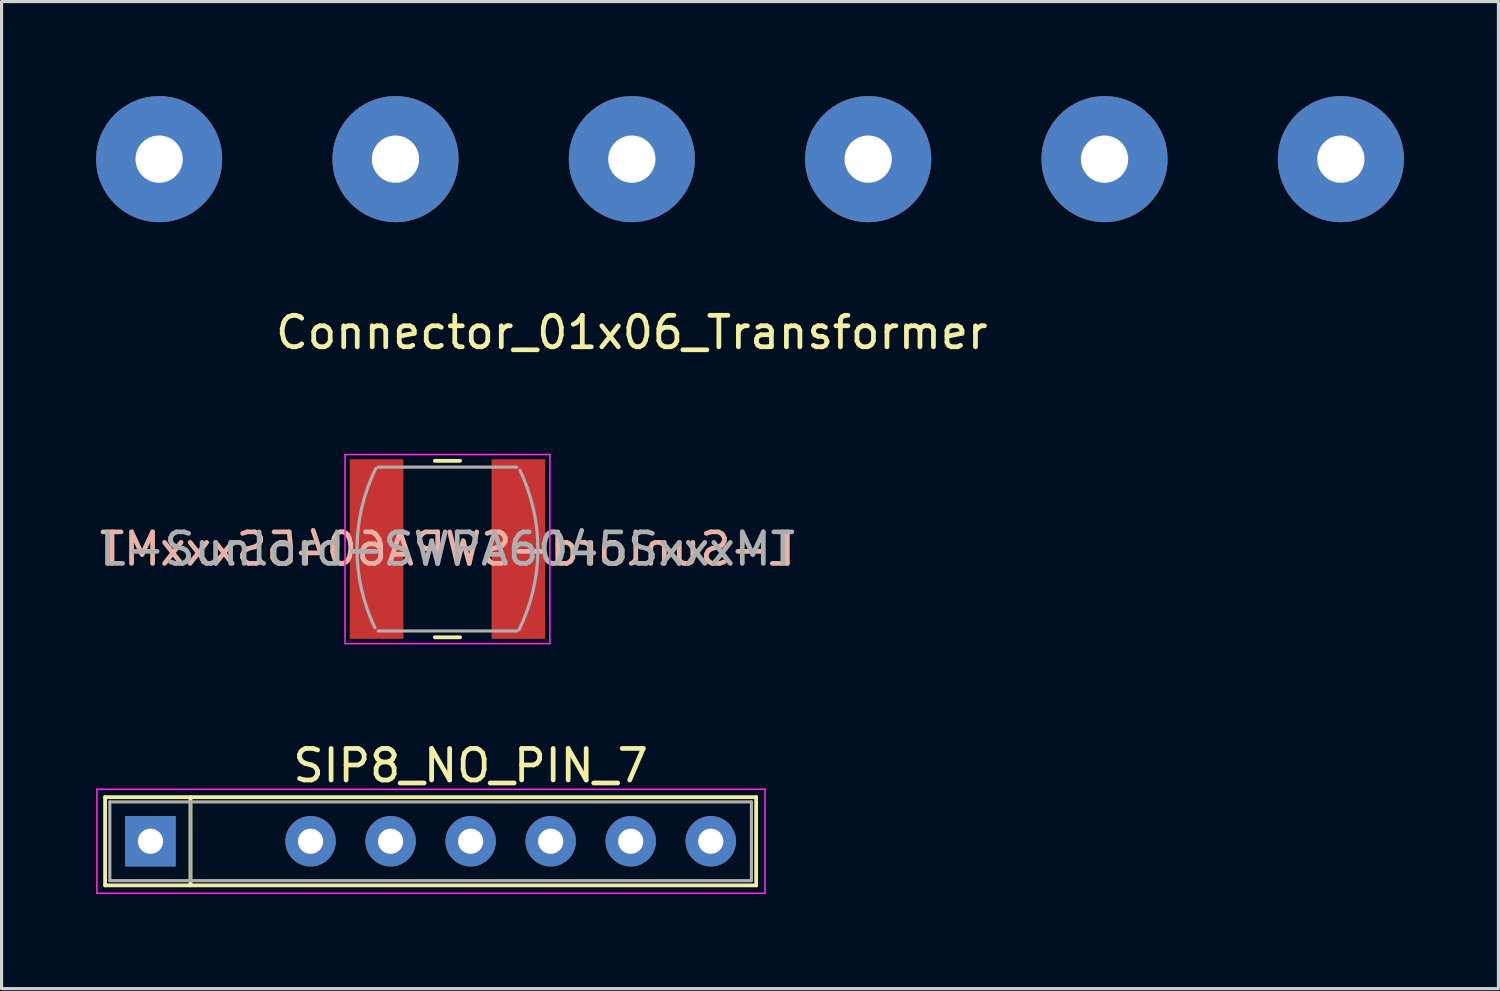
<source format=kicad_pcb>
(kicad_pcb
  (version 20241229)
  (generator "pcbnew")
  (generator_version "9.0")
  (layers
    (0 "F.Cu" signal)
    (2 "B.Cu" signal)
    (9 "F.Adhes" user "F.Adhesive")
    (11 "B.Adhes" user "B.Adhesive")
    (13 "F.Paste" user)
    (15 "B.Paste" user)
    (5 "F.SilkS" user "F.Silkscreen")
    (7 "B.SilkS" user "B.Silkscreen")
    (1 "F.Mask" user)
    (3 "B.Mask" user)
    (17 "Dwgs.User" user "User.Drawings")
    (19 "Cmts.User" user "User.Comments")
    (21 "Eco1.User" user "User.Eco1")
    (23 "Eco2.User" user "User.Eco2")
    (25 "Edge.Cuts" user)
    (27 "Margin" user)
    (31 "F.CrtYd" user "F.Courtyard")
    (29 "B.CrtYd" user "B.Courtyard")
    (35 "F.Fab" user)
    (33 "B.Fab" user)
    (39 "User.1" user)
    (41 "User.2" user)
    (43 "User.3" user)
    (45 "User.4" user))
  (footprint "Connector_01x06_Transformer"
    (layer "F.Cu")
    (at 2 2)
    (property "Reference" "Connector_01x06_Transformer" (at 15 5.5 0) (layer "F.SilkS") (effects (font (size 1 1) (thickness 0.15))))
    (attr through_hole)
    (pad "1" thru_hole circle (at 0 0) (size 4 4) (drill 1.5) (layers "*.Cu" "*.Mask"))
    (pad "2" thru_hole circle (at 7.5 0) (size 4 4) (drill 1.5) (layers "*.Cu" "*.Mask"))
    (pad "3" thru_hole circle (at 15 0) (size 4 4) (drill 1.5) (layers "*.Cu" "*.Mask"))
    (pad "4" thru_hole circle (at 22.5 0) (size 4 4) (drill 1.5) (layers "*.Cu" "*.Mask"))
    (pad "5" thru_hole circle (at 30 0) (size 4 4) (drill 1.5) (layers "*.Cu" "*.Mask"))
    (pad "6" thru_hole circle (at 37.5 0) (size 4 4) (drill 1.5) (layers "*.Cu" "*.Mask")))
  (footprint "SIP8_NO_PIN_7"
    (layer "F.Cu")
    (at 1.725 23.646)
    (property "Reference" "SIP8_NO_PIN_7" (at 10.16 -2.4 0) (layer "F.SilkS") (effects (font (size 1 1) (thickness 0.15))))
    (attr through_hole)
    (fp_line (start -1.44 -1.4) (end -1.44 1.4) (stroke (width 0.12) (type solid)) (layer "F.SilkS"))
    (fp_line (start -1.44 1.4) (end 19.22 1.4) (stroke (width 0.12) (type solid)) (layer "F.SilkS"))
    (fp_line (start 1.27 -1.4) (end 1.27 1.4) (stroke (width 0.12) (type solid)) (layer "F.SilkS"))
    (fp_line (start 19.22 -1.4) (end -1.44 -1.4) (stroke (width 0.12) (type solid)) (layer "F.SilkS"))
    (fp_line (start 19.22 1.4) (end 19.22 -1.4) (stroke (width 0.12) (type solid)) (layer "F.SilkS"))
    (fp_line (start -1.7 -1.65) (end -1.7 1.65) (stroke (width 0.05) (type solid)) (layer "F.CrtYd"))
    (fp_line (start -1.7 1.65) (end 19.5 1.65) (stroke (width 0.05) (type solid)) (layer "F.CrtYd"))
    (fp_line (start 19.5 -1.65) (end -1.7 -1.65) (stroke (width 0.05) (type solid)) (layer "F.CrtYd"))
    (fp_line (start 19.5 1.65) (end 19.5 -1.65) (stroke (width 0.05) (type solid)) (layer "F.CrtYd"))
    (fp_line (start -1.29 -1.25) (end -1.29 1.25) (stroke (width 0.1) (type solid)) (layer "F.Fab"))
    (fp_line (start -1.29 1.25) (end 19.07 1.25) (stroke (width 0.1) (type solid)) (layer "F.Fab"))
    (fp_line (start 1.27 -1.25) (end 1.27 1.25) (stroke (width 0.1) (type solid)) (layer "F.Fab"))
    (fp_line (start 19.07 -1.25) (end -1.29 -1.25) (stroke (width 0.1) (type solid)) (layer "F.Fab"))
    (fp_line (start 19.07 1.25) (end 19.07 -1.25) (stroke (width 0.1) (type solid)) (layer "F.Fab"))
    (pad "1" thru_hole rect (at 0 0) (size 1.6 1.6) (drill 0.8) (layers "*.Cu" "*.Mask"))
    (pad "3" thru_hole oval (at 5.08 0) (size 1.6 1.6) (drill 0.8) (layers "*.Cu" "*.Mask"))
    (pad "4" thru_hole oval (at 7.62 0) (size 1.6 1.6) (drill 0.8) (layers "*.Cu" "*.Mask"))
    (pad "5" thru_hole oval (at 10.16 0) (size 1.6 1.6) (drill 0.8) (layers "*.Cu" "*.Mask"))
    (pad "6" thru_hole oval (at 12.7 0) (size 1.6 1.6) (drill 0.8) (layers "*.Cu" "*.Mask"))
    (pad "7" thru_hole oval (at 15.24 0) (size 1.6 1.6) (drill 0.8) (layers "*.Cu" "*.Mask"))
    (pad "8" thru_hole oval (at 17.78 0) (size 1.6 1.6) (drill 0.8) (layers "*.Cu" "*.Mask")))
  (footprint "L-Sunlord-SWPA6045SxxxMT"
    (layer "F.Cu")
    (at 11.149 14.373)
    (property "Reference" "L-Sunlord-SWPA6045SxxxMT" (at 0 0 180) (layer "B.SilkS") (effects (font (size 1 1) (thickness 0.15)) (justify mirror)))
    (attr smd)
    (fp_line (start -0.4 -2.8) (end 0.4 -2.8) (stroke (width 0.12) (type solid)) (layer "F.SilkS"))
    (fp_line (start -0.4 2.8) (end 0.4 2.8) (stroke (width 0.12) (type solid)) (layer "F.SilkS"))
    (fp_line (start -3.25 -3) (end 3.25 -3) (stroke (width 0.05) (type solid)) (layer "F.CrtYd"))
    (fp_line (start -3.25 3) (end -3.25 -3) (stroke (width 0.05) (type solid)) (layer "F.CrtYd"))
    (fp_line (start 3.25 -3) (end 3.25 3) (stroke (width 0.05) (type solid)) (layer "F.CrtYd"))
    (fp_line (start 3.25 3) (end -3.25 3) (stroke (width 0.05) (type solid)) (layer "F.CrtYd"))
    (fp_line (start -2.2 -2.6) (end 2.2 -2.6) (stroke (width 0.1) (type solid)) (layer "F.Fab"))
    (fp_line (start 2.2 2.6) (end -2.2 2.6) (stroke (width 0.1) (type solid)) (layer "F.Fab"))
    (fp_arc (start -2.3 2.5) (mid -2.869657 -0.032545) (end -2.271467 -2.558502) (stroke (width 0.1) (type solid)) (layer "F.Fab"))
    (fp_arc (start 2.3 -2.5) (mid 2.869657 0.032545) (end 2.271467 2.558502) (stroke (width 0.1) (type solid)) (layer "F.Fab"))
    (fp_text user "${REFERENCE}" (at 0 0 0) (layer "F.Fab") (effects (font (size 1 1) (thickness 0.15))))
    (pad "1" smd rect (at -2.25 0) (size 1.7 5.7) (layers "F.Cu" "F.Mask" "F.Paste"))
    (pad "2" smd rect (at 2.25 0) (size 1.7 5.7) (layers "F.Cu" "F.Mask" "F.Paste")))
  (gr_rect
    (start -3 -3)
    (end 44.5 28.322)
    (stroke (width 0.1) (type default))
    (fill no)
    (layer "Edge.Cuts")))
</source>
